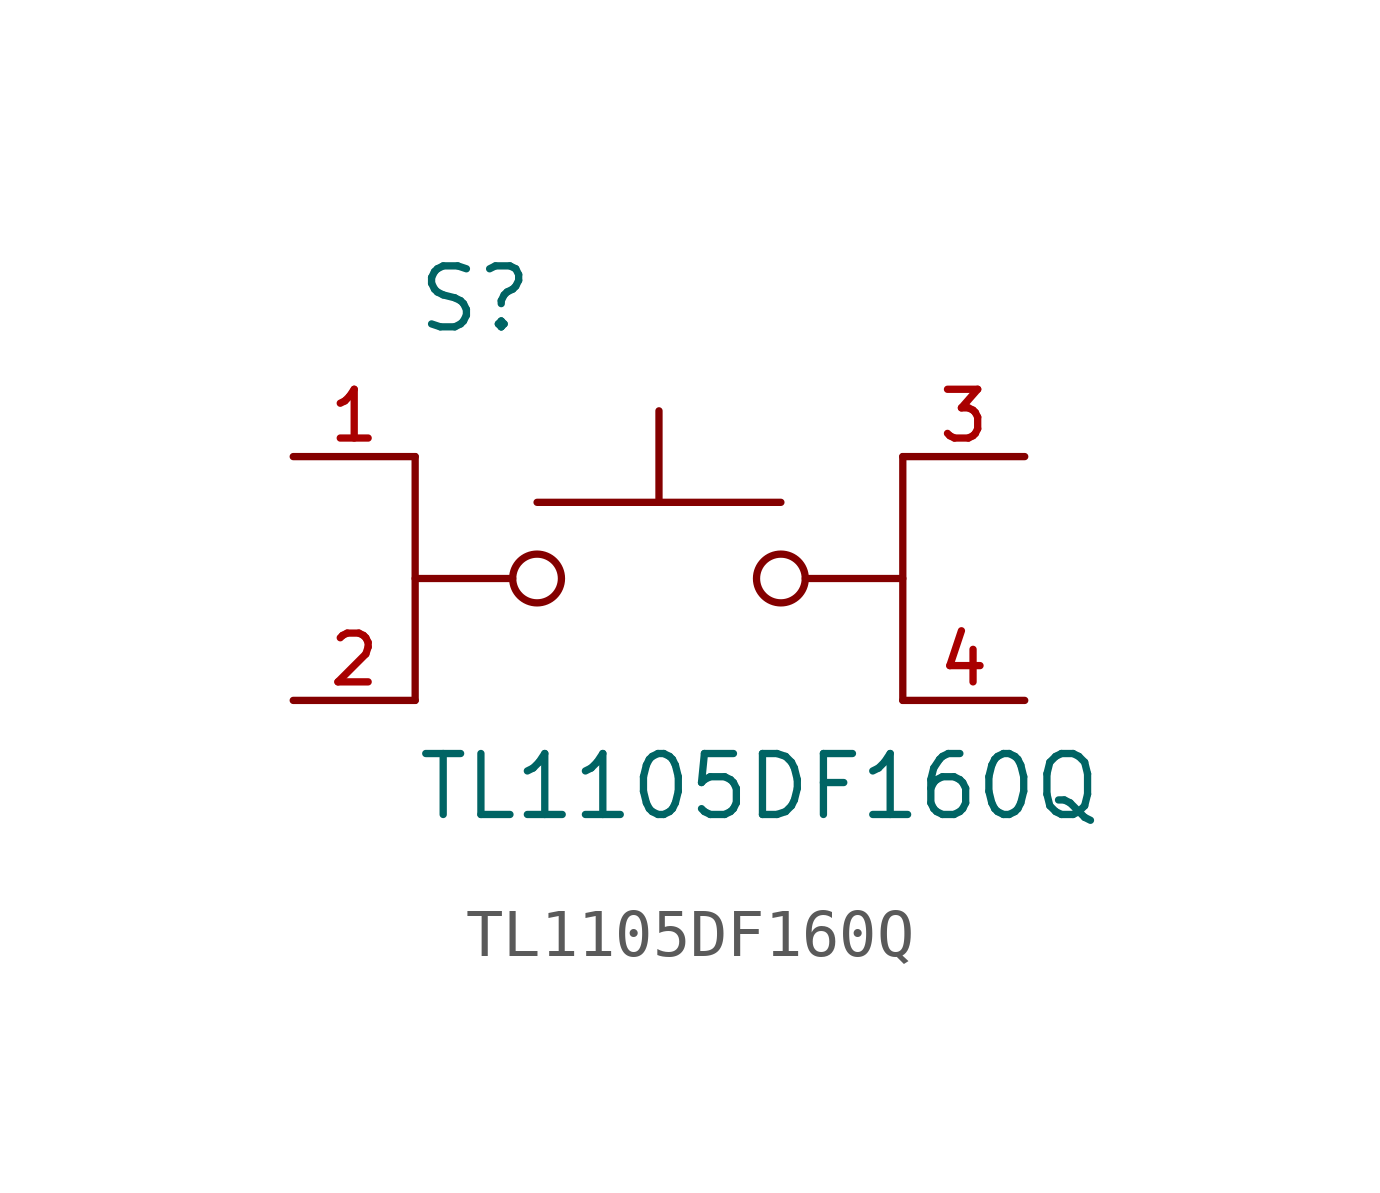
<source format=kicad_sym>
(kicad_symbol_lib
  (version 20211014)
  (generator kicad_symbol_editor)
  (symbol "TL1105DF160Q"
    (pin_names
      (offset 1.016))
    (property "Reference" "S"
      (at -5.08 5.08 0)
      (effects (font (size 1.27 1.27)) (justify bottom left)))
    (property "Value" "TL1105DF160Q"
      (at -5.08 -5.08 0)
      (effects (font (size 1.27 1.27)) (justify bottom left)))
    (symbol "TL1105DF160Q_0_0"
      (circle (center 2.54 0.0) (radius 0.508) (stroke (width 0.152)) (fill (type none)))
      (polyline (pts (xy 5.08 0.0) (xy 3.048 0.0)) (stroke (width 0.152)))
      (polyline (pts (xy -5.08 0.0) (xy -3.048 0.0)) (stroke (width 0.152)))
      (circle (center -2.54 0.0) (radius 0.508) (stroke (width 0.152)) (fill (type none)))
      (polyline (pts (xy -2.54 1.587) (xy 0.0 1.587)) (stroke (width 0.152)))
      (polyline (pts (xy 0.0 1.587) (xy 2.54 1.587)) (stroke (width 0.152)))
      (polyline (pts (xy 0.0 1.587) (xy 0.0 3.493)) (stroke (width 0.152)))
      (polyline (pts (xy -5.08 2.54) (xy -5.08 -2.54)) (stroke (width 0.152)))
      (polyline (pts (xy 5.08 2.54) (xy 5.08 -2.54)) (stroke (width 0.152)))
      (pin passive line (at -7.62 2.54 0) (length 2.54) (name "~" (effects (font (size 1.016 1.016)))) (number "1" (effects (font (size 1.016 1.016)))))
      (pin passive line (at -7.62 -2.54 0) (length 2.54) (name "~" (effects (font (size 1.016 1.016)))) (number "2" (effects (font (size 1.016 1.016)))))
      (pin passive line (at 7.62 2.54 180.0) (length 2.54) (name "~" (effects (font (size 1.016 1.016)))) (number "3" (effects (font (size 1.016 1.016)))))
      (pin passive line (at 7.62 -2.54 180.0) (length 2.54) (name "~" (effects (font (size 1.016 1.016)))) (number "4" (effects (font (size 1.016 1.016))))))))
</source>
